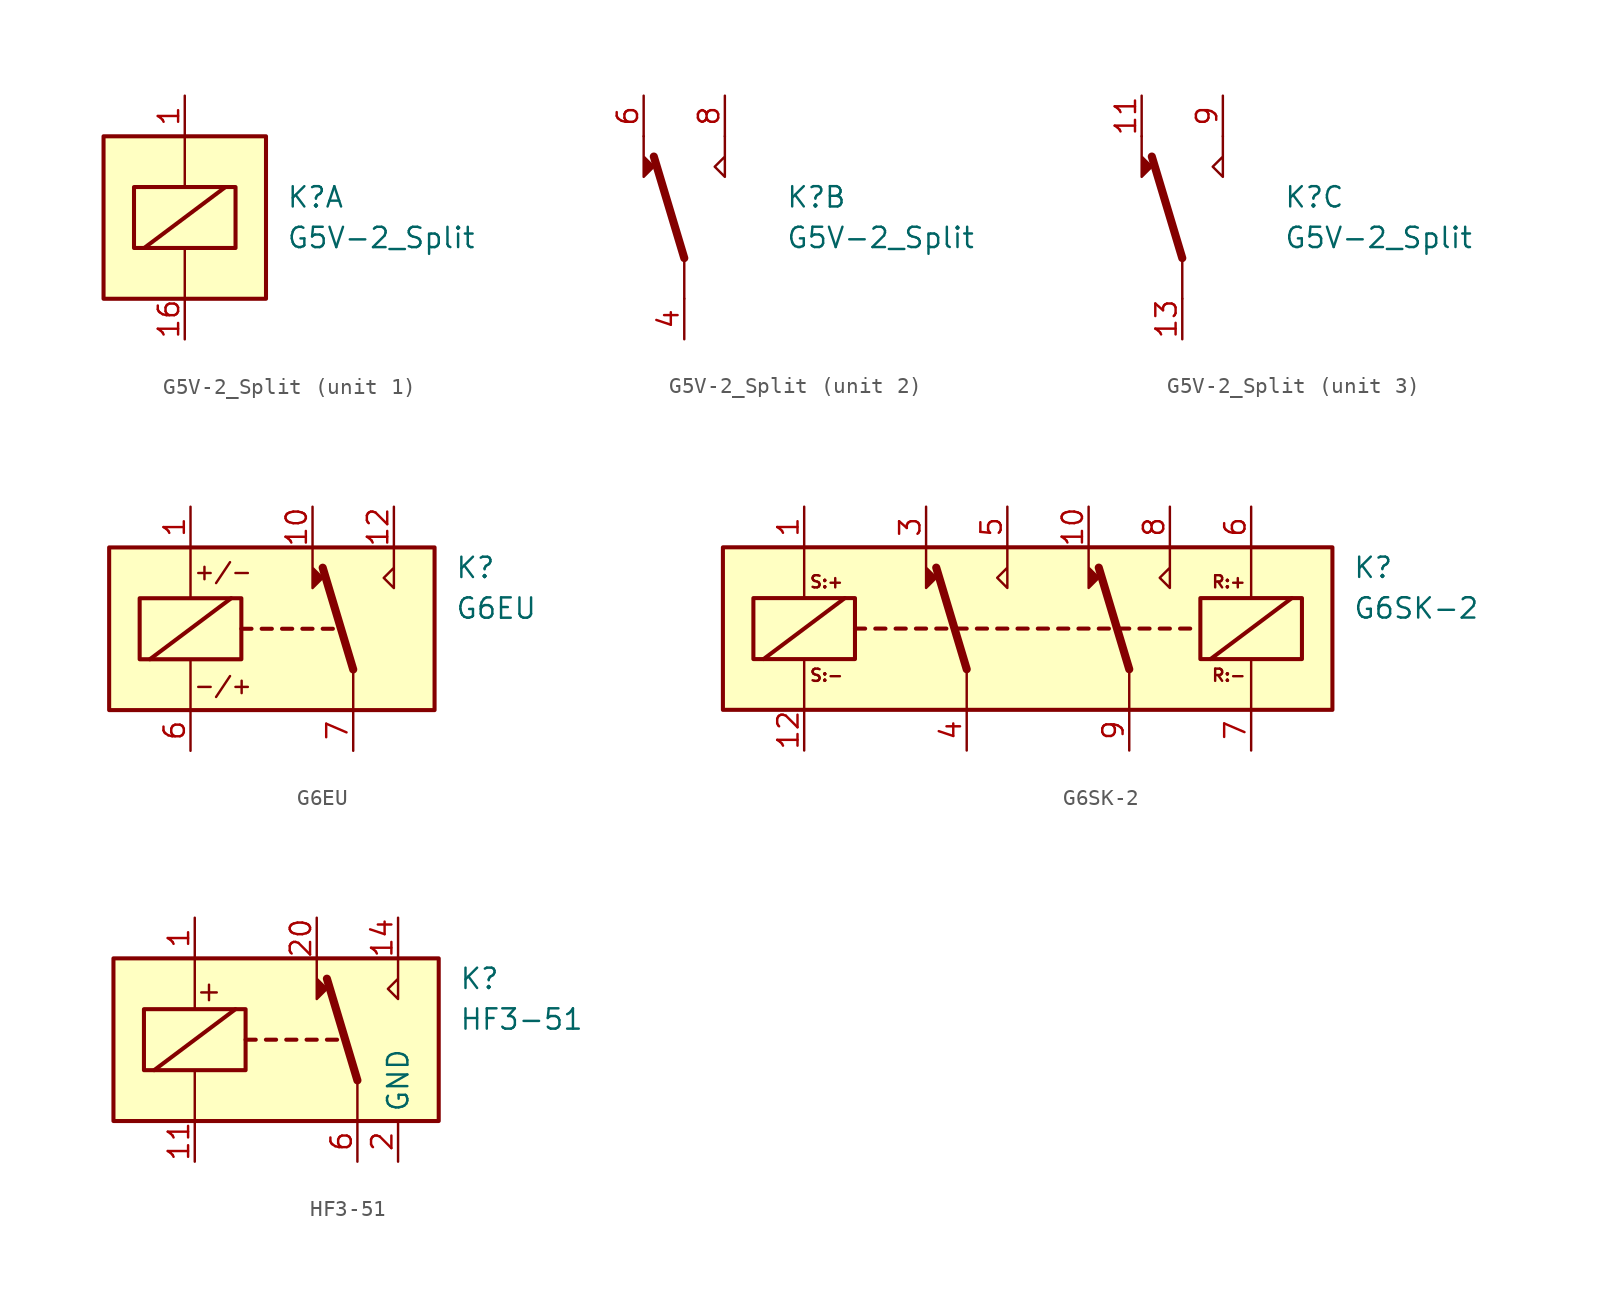
<source format=kicad_sym>
(kicad_symbol_lib
  (version 20231120)
  (generator "kicad_symbol_editor")
  (generator_version "8.0")
  (symbol "G5V-2_Split"
    (property "Reference" "K"
      (at 6.35 1.27 0)
      (effects (font (size 1.27 1.27)) (justify left)))
    (property "Value" "G5V-2_Split"
      (at 6.35 -1.27 0)
      (effects (font (size 1.27 1.27)) (justify left)))
    (property "ki_locked" ""
      (at 0 0 0)
      (effects (font (size 1.27 1.27))))
    (symbol "G5V-2_Split_1_1"
      (rectangle (start -5.08 5.08) (end 5.08 -5.08) (stroke (width 0.254) (type default)) (fill (type background)))
      (rectangle (start -3.175 1.905) (end 3.175 -1.905) (stroke (width 0.254) (type default)) (fill (type none)))
      (polyline (pts (xy -2.54 -1.905) (xy 2.54 1.905)) (stroke (width 0.254) (type default)) (fill (type none)))
      (polyline (pts (xy 0 -5.08) (xy 0 -1.905)) (stroke (width 0) (type default)) (fill (type none)))
      (polyline (pts (xy 0 5.08) (xy 0 1.905)) (stroke (width 0) (type default)) (fill (type none)))
      (pin passive line (at 0 7.62 270) (length 2.54) (name "~" (effects (font (size 1.27 1.27)))) (number "1" (effects (font (size 1.27 1.27)))))
      (pin passive line (at 0 -7.62 90) (length 2.54) (name "~" (effects (font (size 1.27 1.27)))) (number "16" (effects (font (size 1.27 1.27))))))
    (symbol "G5V-2_Split_2_1"
      (polyline (pts (xy 0 -2.54) (xy -1.905 3.81)) (stroke (width 0.508) (type default)) (fill (type none)))
      (polyline (pts (xy 0 -2.54) (xy 0 -5.08)) (stroke (width 0) (type default)) (fill (type none)))
      (polyline (pts (xy -2.54 5.08) (xy -2.54 2.54) (xy -1.905 3.175) (xy -2.54 3.81)) (stroke (width 0) (type default)) (fill (type outline)))
      (polyline (pts (xy 2.54 5.08) (xy 2.54 2.54) (xy 1.905 3.175) (xy 2.54 3.81)) (stroke (width 0) (type default)) (fill (type none)))
      (pin passive line (at 0 -7.62 90) (length 2.54) (name "~" (effects (font (size 1.27 1.27)))) (number "4" (effects (font (size 1.27 1.27)))))
      (pin passive line (at -2.54 7.62 270) (length 2.54) (name "~" (effects (font (size 1.27 1.27)))) (number "6" (effects (font (size 1.27 1.27)))))
      (pin passive line (at 2.54 7.62 270) (length 2.54) (name "~" (effects (font (size 1.27 1.27)))) (number "8" (effects (font (size 1.27 1.27))))))
    (symbol "G5V-2_Split_3_1"
      (polyline (pts (xy 0 -2.54) (xy -1.905 3.81)) (stroke (width 0.508) (type default)) (fill (type none)))
      (polyline (pts (xy 0 -2.54) (xy 0 -5.08)) (stroke (width 0) (type default)) (fill (type none)))
      (polyline (pts (xy -2.54 5.08) (xy -2.54 2.54) (xy -1.905 3.175) (xy -2.54 3.81)) (stroke (width 0) (type default)) (fill (type outline)))
      (polyline (pts (xy 2.54 5.08) (xy 2.54 2.54) (xy 1.905 3.175) (xy 2.54 3.81)) (stroke (width 0) (type default)) (fill (type none)))
      (pin passive line (at -2.54 7.62 270) (length 2.54) (name "~" (effects (font (size 1.27 1.27)))) (number "11" (effects (font (size 1.27 1.27)))))
      (pin passive line (at 0 -7.62 90) (length 2.54) (name "~" (effects (font (size 1.27 1.27)))) (number "13" (effects (font (size 1.27 1.27)))))
      (pin passive line (at 2.54 7.62 270) (length 2.54) (name "~" (effects (font (size 1.27 1.27)))) (number "9" (effects (font (size 1.27 1.27)))))))
  (symbol "G6EU"
    (property "Reference" "K"
      (at 11.43 3.81 0)
      (effects (font (size 1.27 1.27)) (justify left)))
    (property "Value" "G6EU"
      (at 11.43 1.27 0)
      (effects (font (size 1.27 1.27)) (justify left)))
    (symbol "G6EU_0_0"
      (polyline (pts (xy 7.62 5.08) (xy 7.62 2.54) (xy 6.985 3.175) (xy 7.62 3.81)) (stroke (width 0) (type default)) (fill (type none)))
      (text "+/-" (at -3.048 3.556 0) (effects (font (size 1.016 1.016))))
      (text "-/+" (at -3.048 -3.556 0) (effects (font (size 1.016 1.016)))))
    (symbol "G6EU_0_1"
      (rectangle (start -10.16 5.08) (end 10.16 -5.08) (stroke (width 0.254) (type default)) (fill (type background)))
      (rectangle (start -8.255 1.905) (end -1.905 -1.905) (stroke (width 0.254) (type default)) (fill (type none)))
      (polyline (pts (xy -7.62 -1.905) (xy -2.54 1.905)) (stroke (width 0.254) (type default)) (fill (type none)))
      (polyline (pts (xy -5.08 -5.08) (xy -5.08 -1.905)) (stroke (width 0) (type default)) (fill (type none)))
      (polyline (pts (xy -5.08 5.08) (xy -5.08 1.905)) (stroke (width 0) (type default)) (fill (type none)))
      (polyline (pts (xy -1.905 0) (xy -1.27 0)) (stroke (width 0.254) (type default)) (fill (type none)))
      (polyline (pts (xy -0.635 0) (xy 0 0)) (stroke (width 0.254) (type default)) (fill (type none)))
      (polyline (pts (xy 0.635 0) (xy 1.27 0)) (stroke (width 0.254) (type default)) (fill (type none)))
      (polyline (pts (xy 1.905 0) (xy 2.54 0)) (stroke (width 0.254) (type default)) (fill (type none)))
      (polyline (pts (xy 3.175 0) (xy 3.81 0)) (stroke (width 0.254) (type default)) (fill (type none)))
      (polyline (pts (xy 5.08 -2.54) (xy 3.175 3.81)) (stroke (width 0.508) (type default)) (fill (type none)))
      (polyline (pts (xy 5.08 -2.54) (xy 5.08 -5.08)) (stroke (width 0) (type default)) (fill (type none)))
      (polyline (pts (xy 2.54 5.08) (xy 2.54 2.54) (xy 3.175 3.175) (xy 2.54 3.81)) (stroke (width 0) (type default)) (fill (type outline))))
    (symbol "G6EU_1_1"
      (pin passive line (at -5.08 7.62 270) (length 2.54) (name "~" (effects (font (size 1.27 1.27)))) (number "1" (effects (font (size 1.27 1.27)))))
      (pin passive line (at 2.54 7.62 270) (length 2.54) (name "~" (effects (font (size 1.27 1.27)))) (number "10" (effects (font (size 1.27 1.27)))))
      (pin passive line (at 7.62 7.62 270) (length 2.54) (name "~" (effects (font (size 1.27 1.27)))) (number "12" (effects (font (size 1.27 1.27)))))
      (pin passive line (at -5.08 -7.62 90) (length 2.54) (name "~" (effects (font (size 1.27 1.27)))) (number "6" (effects (font (size 1.27 1.27)))))
      (pin passive line (at 5.08 -7.62 90) (length 2.54) (name "~" (effects (font (size 1.27 1.27)))) (number "7" (effects (font (size 1.27 1.27)))))))
  (symbol "G6SK-2"
    (property "Reference" "K"
      (at 21.59 3.81 0)
      (effects (font (size 1.27 1.27)) (justify left)))
    (property "Value" "G6SK-2"
      (at 21.59 1.27 0)
      (effects (font (size 1.27 1.27)) (justify left)))
    (symbol "G6SK-2_0_0"
      (text "R:+" (at 13.843 2.921 0) (effects (font (size 0.762 0.762))))
      (text "R:-" (at 13.843 -2.921 0) (effects (font (size 0.762 0.762))))
      (text "S:+" (at -11.303 2.921 0) (effects (font (size 0.762 0.762))))
      (text "S:-" (at -11.303 -2.921 0) (effects (font (size 0.762 0.762)))))
    (symbol "G6SK-2_0_1"
      (rectangle (start -17.78 5.08) (end 20.32 -5.08) (stroke (width 0.254) (type default)) (fill (type background)))
      (rectangle (start -15.875 1.905) (end -9.525 -1.905) (stroke (width 0.254) (type default)) (fill (type none)))
      (polyline (pts (xy -15.24 -1.905) (xy -10.16 1.905)) (stroke (width 0.254) (type default)) (fill (type none)))
      (polyline (pts (xy -12.7 -5.08) (xy -12.7 -1.905)) (stroke (width 0) (type default)) (fill (type none)))
      (polyline (pts (xy -12.7 5.08) (xy -12.7 1.905)) (stroke (width 0) (type default)) (fill (type none)))
      (polyline (pts (xy -9.525 0) (xy -8.89 0)) (stroke (width 0.254) (type default)) (fill (type none)))
      (polyline (pts (xy -8.255 0) (xy -7.62 0)) (stroke (width 0.254) (type default)) (fill (type none)))
      (polyline (pts (xy -6.985 0) (xy -6.35 0)) (stroke (width 0.254) (type default)) (fill (type none)))
      (polyline (pts (xy -5.715 0) (xy -5.08 0)) (stroke (width 0.254) (type default)) (fill (type none)))
      (polyline (pts (xy -4.445 0) (xy -3.81 0)) (stroke (width 0.254) (type default)) (fill (type none)))
      (polyline (pts (xy -3.175 0) (xy -2.54 0)) (stroke (width 0.254) (type default)) (fill (type none)))
      (polyline (pts (xy -2.54 -2.54) (xy -4.445 3.81)) (stroke (width 0.508) (type default)) (fill (type none)))
      (polyline (pts (xy -2.54 -2.54) (xy -2.54 -5.08)) (stroke (width 0) (type default)) (fill (type none)))
      (polyline (pts (xy -1.905 0) (xy -1.27 0)) (stroke (width 0.254) (type default)) (fill (type none)))
      (polyline (pts (xy -0.635 0) (xy 0 0)) (stroke (width 0.254) (type default)) (fill (type none)))
      (polyline (pts (xy 0.635 0) (xy 1.27 0)) (stroke (width 0.254) (type default)) (fill (type none)))
      (polyline (pts (xy 1.905 0) (xy 2.54 0)) (stroke (width 0.254) (type default)) (fill (type none)))
      (polyline (pts (xy 3.175 0) (xy 3.81 0)) (stroke (width 0.254) (type default)) (fill (type none)))
      (polyline (pts (xy 4.445 0) (xy 5.08 0)) (stroke (width 0.254) (type default)) (fill (type none)))
      (polyline (pts (xy 5.715 0) (xy 6.35 0)) (stroke (width 0.254) (type default)) (fill (type none)))
      (polyline (pts (xy 6.985 0) (xy 7.62 0)) (stroke (width 0.254) (type default)) (fill (type none)))
      (polyline (pts (xy 7.62 -2.54) (xy 5.715 3.81)) (stroke (width 0.508) (type default)) (fill (type none)))
      (polyline (pts (xy 7.62 -2.54) (xy 7.62 -5.08)) (stroke (width 0) (type default)) (fill (type none)))
      (polyline (pts (xy 8.255 0) (xy 8.89 0)) (stroke (width 0.254) (type default)) (fill (type none)))
      (polyline (pts (xy 9.525 0) (xy 10.16 0)) (stroke (width 0.254) (type default)) (fill (type none)))
      (polyline (pts (xy 10.795 0) (xy 11.43 0)) (stroke (width 0.254) (type default)) (fill (type none)))
      (polyline (pts (xy 12.7 -1.905) (xy 17.78 1.905)) (stroke (width 0.254) (type default)) (fill (type none)))
      (polyline (pts (xy 15.24 -5.08) (xy 15.24 -1.905)) (stroke (width 0) (type default)) (fill (type none)))
      (polyline (pts (xy 15.24 5.08) (xy 15.24 1.905)) (stroke (width 0) (type default)) (fill (type none)))
      (polyline (pts (xy -5.08 5.08) (xy -5.08 2.54) (xy -4.445 3.175) (xy -5.08 3.81)) (stroke (width 0) (type default)) (fill (type outline)))
      (polyline (pts (xy 0 5.08) (xy 0 2.54) (xy -0.635 3.175) (xy 0 3.81)) (stroke (width 0) (type default)) (fill (type none)))
      (polyline (pts (xy 5.08 5.08) (xy 5.08 2.54) (xy 5.715 3.175) (xy 5.08 3.81)) (stroke (width 0) (type default)) (fill (type outline)))
      (polyline (pts (xy 10.16 5.08) (xy 10.16 2.54) (xy 9.525 3.175) (xy 10.16 3.81)) (stroke (width 0) (type default)) (fill (type none)))
      (rectangle (start 12.065 1.905) (end 18.415 -1.905) (stroke (width 0.254) (type default)) (fill (type none))))
    (symbol "G6SK-2_1_1"
      (pin passive line (at -12.7 7.62 270) (length 2.54) (name "~" (effects (font (size 1.27 1.27)))) (number "1" (effects (font (size 1.27 1.27)))))
      (pin passive line (at 5.08 7.62 270) (length 2.54) (name "~" (effects (font (size 1.27 1.27)))) (number "10" (effects (font (size 1.27 1.27)))))
      (pin passive line (at -12.7 -7.62 90) (length 2.54) (name "~" (effects (font (size 1.27 1.27)))) (number "12" (effects (font (size 1.27 1.27)))))
      (pin passive line (at -5.08 7.62 270) (length 2.54) (name "~" (effects (font (size 1.27 1.27)))) (number "3" (effects (font (size 1.27 1.27)))))
      (pin passive line (at -2.54 -7.62 90) (length 2.54) (name "~" (effects (font (size 1.27 1.27)))) (number "4" (effects (font (size 1.27 1.27)))))
      (pin passive line (at 0 7.62 270) (length 2.54) (name "~" (effects (font (size 1.27 1.27)))) (number "5" (effects (font (size 1.27 1.27)))))
      (pin passive line (at 15.24 7.62 270) (length 2.54) (name "~" (effects (font (size 1.27 1.27)))) (number "6" (effects (font (size 1.27 1.27)))))
      (pin passive line (at 15.24 -7.62 90) (length 2.54) (name "~" (effects (font (size 1.27 1.27)))) (number "7" (effects (font (size 1.27 1.27)))))
      (pin passive line (at 10.16 7.62 270) (length 2.54) (name "~" (effects (font (size 1.27 1.27)))) (number "8" (effects (font (size 1.27 1.27)))))
      (pin passive line (at 7.62 -7.62 90) (length 2.54) (name "~" (effects (font (size 1.27 1.27)))) (number "9" (effects (font (size 1.27 1.27)))))))
  (symbol "HF3-51"
    (property "Reference" "K"
      (at 11.43 3.81 0)
      (effects (font (size 1.27 1.27)) (justify left)))
    (property "Value" "HF3-51"
      (at 11.43 1.27 0)
      (effects (font (size 1.27 1.27)) (justify left)))
    (symbol "HF3-51_0_0"
      (polyline (pts (xy 7.62 5.08) (xy 7.62 2.54) (xy 6.985 3.175) (xy 7.62 3.81)) (stroke (width 0) (type default)) (fill (type none)))
      (text "+" (at -4.191 3.048 0) (effects (font (size 1.27 1.27)))))
    (symbol "HF3-51_0_1"
      (rectangle (start -10.16 5.08) (end 10.16 -5.08) (stroke (width 0.254) (type default)) (fill (type background)))
      (rectangle (start -8.255 1.905) (end -1.905 -1.905) (stroke (width 0.254) (type default)) (fill (type none)))
      (polyline (pts (xy -7.62 -1.905) (xy -2.54 1.905)) (stroke (width 0.254) (type default)) (fill (type none)))
      (polyline (pts (xy -5.08 -5.08) (xy -5.08 -1.905)) (stroke (width 0) (type default)) (fill (type none)))
      (polyline (pts (xy -5.08 5.08) (xy -5.08 1.905)) (stroke (width 0) (type default)) (fill (type none)))
      (polyline (pts (xy -1.905 0) (xy -1.27 0)) (stroke (width 0.254) (type default)) (fill (type none)))
      (polyline (pts (xy -0.635 0) (xy 0 0)) (stroke (width 0.254) (type default)) (fill (type none)))
      (polyline (pts (xy 0.635 0) (xy 1.27 0)) (stroke (width 0.254) (type default)) (fill (type none)))
      (polyline (pts (xy 1.905 0) (xy 2.54 0)) (stroke (width 0.254) (type default)) (fill (type none)))
      (polyline (pts (xy 3.175 0) (xy 3.81 0)) (stroke (width 0.254) (type default)) (fill (type none)))
      (polyline (pts (xy 5.08 -2.54) (xy 3.175 3.81)) (stroke (width 0.508) (type default)) (fill (type none)))
      (polyline (pts (xy 5.08 -2.54) (xy 5.08 -5.08)) (stroke (width 0) (type default)) (fill (type none)))
      (polyline (pts (xy 2.54 5.08) (xy 2.54 2.54) (xy 3.175 3.175) (xy 2.54 3.81)) (stroke (width 0) (type default)) (fill (type outline))))
    (symbol "HF3-51_1_1"
      (pin passive line (at -5.08 7.62 270) (length 2.54) (name "~" (effects (font (size 1.27 1.27)))) (number "1" (effects (font (size 1.27 1.27)))))
      (pin passive line (at 7.62 -7.62 90) (length 2.54) hide (name "GND" (effects (font (size 1.27 1.27)))) (number "10" (effects (font (size 1.27 1.27)))))
      (pin passive line (at -5.08 -7.62 90) (length 2.54) (name "~" (effects (font (size 1.27 1.27)))) (number "11" (effects (font (size 1.27 1.27)))))
      (pin passive line (at 7.62 -7.62 90) (length 2.54) hide (name "GND" (effects (font (size 1.27 1.27)))) (number "12" (effects (font (size 1.27 1.27)))))
      (pin passive line (at 7.62 -7.62 90) (length 2.54) hide (name "GND" (effects (font (size 1.27 1.27)))) (number "13" (effects (font (size 1.27 1.27)))))
      (pin passive line (at 7.62 7.62 270) (length 2.54) (name "~" (effects (font (size 1.27 1.27)))) (number "14" (effects (font (size 1.27 1.27)))))
      (pin passive line (at 7.62 -7.62 90) (length 2.54) hide (name "GND" (effects (font (size 1.27 1.27)))) (number "15" (effects (font (size 1.27 1.27)))))
      (pin passive line (at 7.62 -7.62 90) (length 2.54) hide (name "GND" (effects (font (size 1.27 1.27)))) (number "17" (effects (font (size 1.27 1.27)))))
      (pin passive line (at 7.62 -7.62 90) (length 2.54) hide (name "GND" (effects (font (size 1.27 1.27)))) (number "19" (effects (font (size 1.27 1.27)))))
      (pin power_in line (at 7.62 -7.62 90) (length 2.54) (name "GND" (effects (font (size 1.27 1.27)))) (number "2" (effects (font (size 1.27 1.27)))))
      (pin passive line (at 2.54 7.62 270) (length 2.54) (name "~" (effects (font (size 1.27 1.27)))) (number "20" (effects (font (size 1.27 1.27)))))
      (pin passive line (at 7.62 -7.62 90) (length 2.54) hide (name "GND" (effects (font (size 1.27 1.27)))) (number "21" (effects (font (size 1.27 1.27)))))
      (pin passive line (at 7.62 -7.62 90) (length 2.54) hide (name "GND" (effects (font (size 1.27 1.27)))) (number "22" (effects (font (size 1.27 1.27)))))
      (pin passive line (at 7.62 -7.62 90) (length 2.54) hide (name "GND" (effects (font (size 1.27 1.27)))) (number "5" (effects (font (size 1.27 1.27)))))
      (pin passive line (at 5.08 -7.62 90) (length 2.54) (name "~" (effects (font (size 1.27 1.27)))) (number "6" (effects (font (size 1.27 1.27)))))
      (pin passive line (at 7.62 -7.62 90) (length 2.54) hide (name "GND" (effects (font (size 1.27 1.27)))) (number "7" (effects (font (size 1.27 1.27))))))))
</source>
